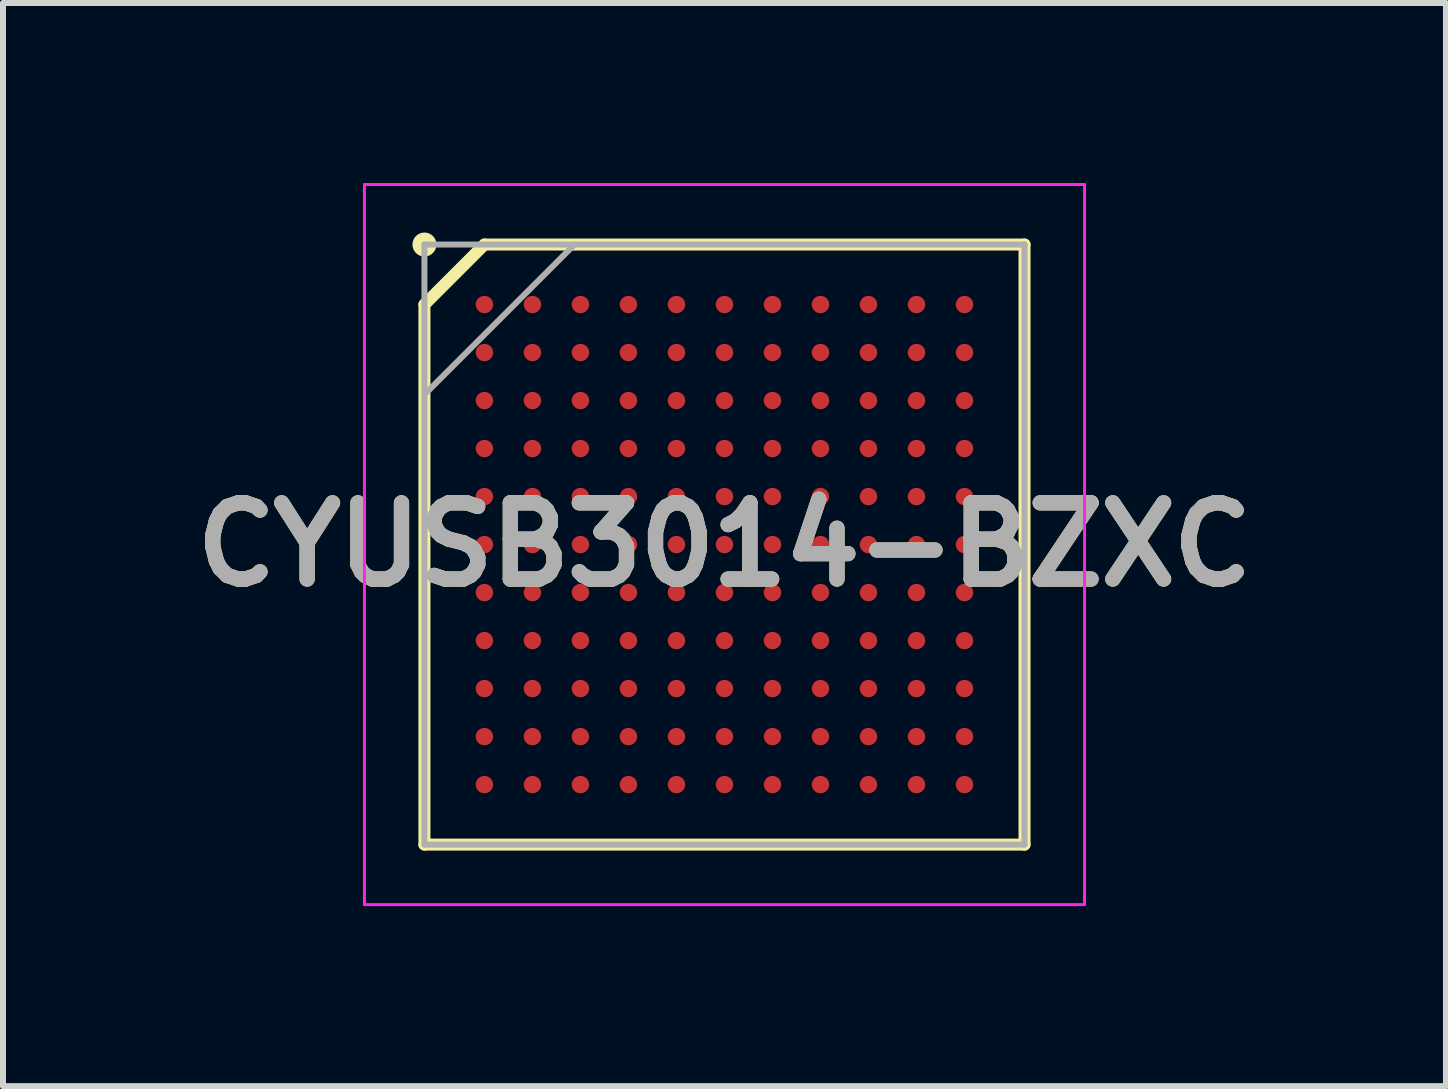
<source format=kicad_pcb>
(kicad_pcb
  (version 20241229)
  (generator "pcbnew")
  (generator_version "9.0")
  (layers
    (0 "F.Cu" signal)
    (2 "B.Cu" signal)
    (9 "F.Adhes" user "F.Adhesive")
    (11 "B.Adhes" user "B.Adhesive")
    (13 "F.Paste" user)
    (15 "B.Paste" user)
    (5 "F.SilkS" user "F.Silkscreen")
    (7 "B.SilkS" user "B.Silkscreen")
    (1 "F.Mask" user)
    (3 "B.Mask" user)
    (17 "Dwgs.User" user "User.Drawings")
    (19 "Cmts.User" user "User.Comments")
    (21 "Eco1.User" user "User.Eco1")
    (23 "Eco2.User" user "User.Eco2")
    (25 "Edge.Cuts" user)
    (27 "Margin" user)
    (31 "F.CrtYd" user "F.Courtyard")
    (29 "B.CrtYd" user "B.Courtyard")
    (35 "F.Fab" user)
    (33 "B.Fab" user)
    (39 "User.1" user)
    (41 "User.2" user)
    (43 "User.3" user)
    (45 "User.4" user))
  (footprint "CYUSB3014-BZXC"
    (layer "F.Cu")
    (at 9.023 6.025)
    (property "Reference" "CYUSB3014-BZXC" (at 0 0 0) (layer "F.SilkS") (effects (font (size 1.27 1.27) (thickness 0.254))))
    (attr smd)
    (fp_line (start -5 -4) (end -4 -5) (stroke (width 0.2) (type solid)) (layer "F.SilkS"))
    (fp_line (start -5 5) (end -5 -4) (stroke (width 0.2) (type solid)) (layer "F.SilkS"))
    (fp_line (start -4 -5) (end 5 -5) (stroke (width 0.2) (type solid)) (layer "F.SilkS"))
    (fp_line (start 5 -5) (end 5 5) (stroke (width 0.2) (type solid)) (layer "F.SilkS"))
    (fp_line (start 5 5) (end -5 5) (stroke (width 0.2) (type solid)) (layer "F.SilkS"))
    (fp_circle (center -5 -5) (end -5 -4.9) (stroke (width 0.2) (type solid)) (fill no) (layer "F.SilkS"))
    (fp_line (start -6 -6) (end 6 -6) (stroke (width 0.05) (type solid)) (layer "F.CrtYd"))
    (fp_line (start -6 6) (end -6 -6) (stroke (width 0.05) (type solid)) (layer "F.CrtYd"))
    (fp_line (start 6 -6) (end 6 6) (stroke (width 0.05) (type solid)) (layer "F.CrtYd"))
    (fp_line (start 6 6) (end -6 6) (stroke (width 0.05) (type solid)) (layer "F.CrtYd"))
    (fp_line (start -5 -5) (end 5 -5) (stroke (width 0.1) (type solid)) (layer "F.Fab"))
    (fp_line (start -5 -2.5) (end -2.5 -5) (stroke (width 0.1) (type solid)) (layer "F.Fab"))
    (fp_line (start -5 5) (end -5 -5) (stroke (width 0.1) (type solid)) (layer "F.Fab"))
    (fp_line (start 5 -5) (end 5 5) (stroke (width 0.1) (type solid)) (layer "F.Fab"))
    (fp_line (start 5 5) (end -5 5) (stroke (width 0.1) (type solid)) (layer "F.Fab"))
    (fp_text user "${REFERENCE}" (at 0 0 0) (layer "F.Fab") (effects (font (size 1.27 1.27) (thickness 0.254))))
    (pad "A1" smd circle (at -4 -4 90) (size 0.29 0.29) (layers "F.Cu" "F.Mask" "F.Paste"))
    (pad "A2" smd circle (at -3.2 -4 90) (size 0.29 0.29) (layers "F.Cu" "F.Mask" "F.Paste"))
    (pad "A3" smd circle (at -2.4 -4 90) (size 0.29 0.29) (layers "F.Cu" "F.Mask" "F.Paste"))
    (pad "A4" smd circle (at -1.6 -4 90) (size 0.29 0.29) (layers "F.Cu" "F.Mask" "F.Paste"))
    (pad "A5" smd circle (at -0.8 -4 90) (size 0.29 0.29) (layers "F.Cu" "F.Mask" "F.Paste"))
    (pad "A6" smd circle (at 0 -4 90) (size 0.29 0.29) (layers "F.Cu" "F.Mask" "F.Paste"))
    (pad "A7" smd circle (at 0.8 -4 90) (size 0.29 0.29) (layers "F.Cu" "F.Mask" "F.Paste"))
    (pad "A8" smd circle (at 1.6 -4 90) (size 0.29 0.29) (layers "F.Cu" "F.Mask" "F.Paste"))
    (pad "A9" smd circle (at 2.4 -4 90) (size 0.29 0.29) (layers "F.Cu" "F.Mask" "F.Paste"))
    (pad "A10" smd circle (at 3.2 -4 90) (size 0.29 0.29) (layers "F.Cu" "F.Mask" "F.Paste"))
    (pad "A11" smd circle (at 4 -4 90) (size 0.29 0.29) (layers "F.Cu" "F.Mask" "F.Paste"))
    (pad "B1" smd circle (at -4 -3.2 90) (size 0.29 0.29) (layers "F.Cu" "F.Mask" "F.Paste"))
    (pad "B2" smd circle (at -3.2 -3.2 90) (size 0.29 0.29) (layers "F.Cu" "F.Mask" "F.Paste"))
    (pad "B3" smd circle (at -2.4 -3.2 90) (size 0.29 0.29) (layers "F.Cu" "F.Mask" "F.Paste"))
    (pad "B4" smd circle (at -1.6 -3.2 90) (size 0.29 0.29) (layers "F.Cu" "F.Mask" "F.Paste"))
    (pad "B5" smd circle (at -0.8 -3.2 90) (size 0.29 0.29) (layers "F.Cu" "F.Mask" "F.Paste"))
    (pad "B6" smd circle (at 0 -3.2 90) (size 0.29 0.29) (layers "F.Cu" "F.Mask" "F.Paste"))
    (pad "B7" smd circle (at 0.8 -3.2 90) (size 0.29 0.29) (layers "F.Cu" "F.Mask" "F.Paste"))
    (pad "B8" smd circle (at 1.6 -3.2 90) (size 0.29 0.29) (layers "F.Cu" "F.Mask" "F.Paste"))
    (pad "B9" smd circle (at 2.4 -3.2 90) (size 0.29 0.29) (layers "F.Cu" "F.Mask" "F.Paste"))
    (pad "B10" smd circle (at 3.2 -3.2 90) (size 0.29 0.29) (layers "F.Cu" "F.Mask" "F.Paste"))
    (pad "B11" smd circle (at 4 -3.2 90) (size 0.29 0.29) (layers "F.Cu" "F.Mask" "F.Paste"))
    (pad "C1" smd circle (at -4 -2.4 90) (size 0.29 0.29) (layers "F.Cu" "F.Mask" "F.Paste"))
    (pad "C2" smd circle (at -3.2 -2.4 90) (size 0.29 0.29) (layers "F.Cu" "F.Mask" "F.Paste"))
    (pad "C3" smd circle (at -2.4 -2.4 90) (size 0.29 0.29) (layers "F.Cu" "F.Mask" "F.Paste"))
    (pad "C4" smd circle (at -1.6 -2.4 90) (size 0.29 0.29) (layers "F.Cu" "F.Mask" "F.Paste"))
    (pad "C5" smd circle (at -0.8 -2.4 90) (size 0.29 0.29) (layers "F.Cu" "F.Mask" "F.Paste"))
    (pad "C6" smd circle (at 0 -2.4 90) (size 0.29 0.29) (layers "F.Cu" "F.Mask" "F.Paste"))
    (pad "C7" smd circle (at 0.8 -2.4 90) (size 0.29 0.29) (layers "F.Cu" "F.Mask" "F.Paste"))
    (pad "C8" smd circle (at 1.6 -2.4 90) (size 0.29 0.29) (layers "F.Cu" "F.Mask" "F.Paste"))
    (pad "C9" smd circle (at 2.4 -2.4 90) (size 0.29 0.29) (layers "F.Cu" "F.Mask" "F.Paste"))
    (pad "C10" smd circle (at 3.2 -2.4 90) (size 0.29 0.29) (layers "F.Cu" "F.Mask" "F.Paste"))
    (pad "C11" smd circle (at 4 -2.4 90) (size 0.29 0.29) (layers "F.Cu" "F.Mask" "F.Paste"))
    (pad "D1" smd circle (at -4 -1.6 90) (size 0.29 0.29) (layers "F.Cu" "F.Mask" "F.Paste"))
    (pad "D2" smd circle (at -3.2 -1.6 90) (size 0.29 0.29) (layers "F.Cu" "F.Mask" "F.Paste"))
    (pad "D3" smd circle (at -2.4 -1.6 90) (size 0.29 0.29) (layers "F.Cu" "F.Mask" "F.Paste"))
    (pad "D4" smd circle (at -1.6 -1.6 90) (size 0.29 0.29) (layers "F.Cu" "F.Mask" "F.Paste"))
    (pad "D5" smd circle (at -0.8 -1.6 90) (size 0.29 0.29) (layers "F.Cu" "F.Mask" "F.Paste"))
    (pad "D6" smd circle (at 0 -1.6 90) (size 0.29 0.29) (layers "F.Cu" "F.Mask" "F.Paste"))
    (pad "D7" smd circle (at 0.8 -1.6 90) (size 0.29 0.29) (layers "F.Cu" "F.Mask" "F.Paste"))
    (pad "D8" smd circle (at 1.6 -1.6 90) (size 0.29 0.29) (layers "F.Cu" "F.Mask" "F.Paste"))
    (pad "D9" smd circle (at 2.4 -1.6 90) (size 0.29 0.29) (layers "F.Cu" "F.Mask" "F.Paste"))
    (pad "D10" smd circle (at 3.2 -1.6 90) (size 0.29 0.29) (layers "F.Cu" "F.Mask" "F.Paste"))
    (pad "D11" smd circle (at 4 -1.6 90) (size 0.29 0.29) (layers "F.Cu" "F.Mask" "F.Paste"))
    (pad "E1" smd circle (at -4 -0.8 90) (size 0.29 0.29) (layers "F.Cu" "F.Mask" "F.Paste"))
    (pad "E2" smd circle (at -3.2 -0.8 90) (size 0.29 0.29) (layers "F.Cu" "F.Mask" "F.Paste"))
    (pad "E3" smd circle (at -2.4 -0.8 90) (size 0.29 0.29) (layers "F.Cu" "F.Mask" "F.Paste"))
    (pad "E4" smd circle (at -1.6 -0.8 90) (size 0.29 0.29) (layers "F.Cu" "F.Mask" "F.Paste"))
    (pad "E5" smd circle (at -0.8 -0.8 90) (size 0.29 0.29) (layers "F.Cu" "F.Mask" "F.Paste"))
    (pad "E6" smd circle (at 0 -0.8 90) (size 0.29 0.29) (layers "F.Cu" "F.Mask" "F.Paste"))
    (pad "E7" smd circle (at 0.8 -0.8 90) (size 0.29 0.29) (layers "F.Cu" "F.Mask" "F.Paste"))
    (pad "E8" smd circle (at 1.6 -0.8 90) (size 0.29 0.29) (layers "F.Cu" "F.Mask" "F.Paste"))
    (pad "E9" smd circle (at 2.4 -0.8 90) (size 0.29 0.29) (layers "F.Cu" "F.Mask" "F.Paste"))
    (pad "E10" smd circle (at 3.2 -0.8 90) (size 0.29 0.29) (layers "F.Cu" "F.Mask" "F.Paste"))
    (pad "E11" smd circle (at 4 -0.8 90) (size 0.29 0.29) (layers "F.Cu" "F.Mask" "F.Paste"))
    (pad "F1" smd circle (at -4 0 90) (size 0.29 0.29) (layers "F.Cu" "F.Mask" "F.Paste"))
    (pad "F2" smd circle (at -3.2 0 90) (size 0.29 0.29) (layers "F.Cu" "F.Mask" "F.Paste"))
    (pad "F3" smd circle (at -2.4 0 90) (size 0.29 0.29) (layers "F.Cu" "F.Mask" "F.Paste"))
    (pad "F4" smd circle (at -1.6 0 90) (size 0.29 0.29) (layers "F.Cu" "F.Mask" "F.Paste"))
    (pad "F5" smd circle (at -0.8 0 90) (size 0.29 0.29) (layers "F.Cu" "F.Mask" "F.Paste"))
    (pad "F6" smd circle (at 0 0 90) (size 0.29 0.29) (layers "F.Cu" "F.Mask" "F.Paste"))
    (pad "F7" smd circle (at 0.8 0 90) (size 0.29 0.29) (layers "F.Cu" "F.Mask" "F.Paste"))
    (pad "F8" smd circle (at 1.6 0 90) (size 0.29 0.29) (layers "F.Cu" "F.Mask" "F.Paste"))
    (pad "F9" smd circle (at 2.4 0 90) (size 0.29 0.29) (layers "F.Cu" "F.Mask" "F.Paste"))
    (pad "F10" smd circle (at 3.2 0 90) (size 0.29 0.29) (layers "F.Cu" "F.Mask" "F.Paste"))
    (pad "F11" smd circle (at 4 0 90) (size 0.29 0.29) (layers "F.Cu" "F.Mask" "F.Paste"))
    (pad "G1" smd circle (at -4 0.8 90) (size 0.29 0.29) (layers "F.Cu" "F.Mask" "F.Paste"))
    (pad "G2" smd circle (at -3.2 0.8 90) (size 0.29 0.29) (layers "F.Cu" "F.Mask" "F.Paste"))
    (pad "G3" smd circle (at -2.4 0.8 90) (size 0.29 0.29) (layers "F.Cu" "F.Mask" "F.Paste"))
    (pad "G4" smd circle (at -1.6 0.8 90) (size 0.29 0.29) (layers "F.Cu" "F.Mask" "F.Paste"))
    (pad "G5" smd circle (at -0.8 0.8 90) (size 0.29 0.29) (layers "F.Cu" "F.Mask" "F.Paste"))
    (pad "G6" smd circle (at 0 0.8 90) (size 0.29 0.29) (layers "F.Cu" "F.Mask" "F.Paste"))
    (pad "G7" smd circle (at 0.8 0.8 90) (size 0.29 0.29) (layers "F.Cu" "F.Mask" "F.Paste"))
    (pad "G8" smd circle (at 1.6 0.8 90) (size 0.29 0.29) (layers "F.Cu" "F.Mask" "F.Paste"))
    (pad "G9" smd circle (at 2.4 0.8 90) (size 0.29 0.29) (layers "F.Cu" "F.Mask" "F.Paste"))
    (pad "G10" smd circle (at 3.2 0.8 90) (size 0.29 0.29) (layers "F.Cu" "F.Mask" "F.Paste"))
    (pad "G11" smd circle (at 4 0.8 90) (size 0.29 0.29) (layers "F.Cu" "F.Mask" "F.Paste"))
    (pad "H1" smd circle (at -4 1.6 90) (size 0.29 0.29) (layers "F.Cu" "F.Mask" "F.Paste"))
    (pad "H2" smd circle (at -3.2 1.6 90) (size 0.29 0.29) (layers "F.Cu" "F.Mask" "F.Paste"))
    (pad "H3" smd circle (at -2.4 1.6 90) (size 0.29 0.29) (layers "F.Cu" "F.Mask" "F.Paste"))
    (pad "H4" smd circle (at -1.6 1.6 90) (size 0.29 0.29) (layers "F.Cu" "F.Mask" "F.Paste"))
    (pad "H5" smd circle (at -0.8 1.6 90) (size 0.29 0.29) (layers "F.Cu" "F.Mask" "F.Paste"))
    (pad "H6" smd circle (at 0 1.6 90) (size 0.29 0.29) (layers "F.Cu" "F.Mask" "F.Paste"))
    (pad "H7" smd circle (at 0.8 1.6 90) (size 0.29 0.29) (layers "F.Cu" "F.Mask" "F.Paste"))
    (pad "H8" smd circle (at 1.6 1.6 90) (size 0.29 0.29) (layers "F.Cu" "F.Mask" "F.Paste"))
    (pad "H9" smd circle (at 2.4 1.6 90) (size 0.29 0.29) (layers "F.Cu" "F.Mask" "F.Paste"))
    (pad "H10" smd circle (at 3.2 1.6 90) (size 0.29 0.29) (layers "F.Cu" "F.Mask" "F.Paste"))
    (pad "H11" smd circle (at 4 1.6 90) (size 0.29 0.29) (layers "F.Cu" "F.Mask" "F.Paste"))
    (pad "J1" smd circle (at -4 2.4 90) (size 0.29 0.29) (layers "F.Cu" "F.Mask" "F.Paste"))
    (pad "J2" smd circle (at -3.2 2.4 90) (size 0.29 0.29) (layers "F.Cu" "F.Mask" "F.Paste"))
    (pad "J3" smd circle (at -2.4 2.4 90) (size 0.29 0.29) (layers "F.Cu" "F.Mask" "F.Paste"))
    (pad "J4" smd circle (at -1.6 2.4 90) (size 0.29 0.29) (layers "F.Cu" "F.Mask" "F.Paste"))
    (pad "J5" smd circle (at -0.8 2.4 90) (size 0.29 0.29) (layers "F.Cu" "F.Mask" "F.Paste"))
    (pad "J6" smd circle (at 0 2.4 90) (size 0.29 0.29) (layers "F.Cu" "F.Mask" "F.Paste"))
    (pad "J7" smd circle (at 0.8 2.4 90) (size 0.29 0.29) (layers "F.Cu" "F.Mask" "F.Paste"))
    (pad "J8" smd circle (at 1.6 2.4 90) (size 0.29 0.29) (layers "F.Cu" "F.Mask" "F.Paste"))
    (pad "J9" smd circle (at 2.4 2.4 90) (size 0.29 0.29) (layers "F.Cu" "F.Mask" "F.Paste"))
    (pad "J10" smd circle (at 3.2 2.4 90) (size 0.29 0.29) (layers "F.Cu" "F.Mask" "F.Paste"))
    (pad "J11" smd circle (at 4 2.4 90) (size 0.29 0.29) (layers "F.Cu" "F.Mask" "F.Paste"))
    (pad "K1" smd circle (at -4 3.2 90) (size 0.29 0.29) (layers "F.Cu" "F.Mask" "F.Paste"))
    (pad "K2" smd circle (at -3.2 3.2 90) (size 0.29 0.29) (layers "F.Cu" "F.Mask" "F.Paste"))
    (pad "K3" smd circle (at -2.4 3.2 90) (size 0.29 0.29) (layers "F.Cu" "F.Mask" "F.Paste"))
    (pad "K4" smd circle (at -1.6 3.2 90) (size 0.29 0.29) (layers "F.Cu" "F.Mask" "F.Paste"))
    (pad "K5" smd circle (at -0.8 3.2 90) (size 0.29 0.29) (layers "F.Cu" "F.Mask" "F.Paste"))
    (pad "K6" smd circle (at 0 3.2 90) (size 0.29 0.29) (layers "F.Cu" "F.Mask" "F.Paste"))
    (pad "K7" smd circle (at 0.8 3.2 90) (size 0.29 0.29) (layers "F.Cu" "F.Mask" "F.Paste"))
    (pad "K8" smd circle (at 1.6 3.2 90) (size 0.29 0.29) (layers "F.Cu" "F.Mask" "F.Paste"))
    (pad "K9" smd circle (at 2.4 3.2 90) (size 0.29 0.29) (layers "F.Cu" "F.Mask" "F.Paste"))
    (pad "K10" smd circle (at 3.2 3.2 90) (size 0.29 0.29) (layers "F.Cu" "F.Mask" "F.Paste"))
    (pad "K11" smd circle (at 4 3.2 90) (size 0.29 0.29) (layers "F.Cu" "F.Mask" "F.Paste"))
    (pad "L1" smd circle (at -4 4 90) (size 0.29 0.29) (layers "F.Cu" "F.Mask" "F.Paste"))
    (pad "L2" smd circle (at -3.2 4 90) (size 0.29 0.29) (layers "F.Cu" "F.Mask" "F.Paste"))
    (pad "L3" smd circle (at -2.4 4 90) (size 0.29 0.29) (layers "F.Cu" "F.Mask" "F.Paste"))
    (pad "L4" smd circle (at -1.6 4 90) (size 0.29 0.29) (layers "F.Cu" "F.Mask" "F.Paste"))
    (pad "L5" smd circle (at -0.8 4 90) (size 0.29 0.29) (layers "F.Cu" "F.Mask" "F.Paste"))
    (pad "L6" smd circle (at 0 4 90) (size 0.29 0.29) (layers "F.Cu" "F.Mask" "F.Paste"))
    (pad "L7" smd circle (at 0.8 4 90) (size 0.29 0.29) (layers "F.Cu" "F.Mask" "F.Paste"))
    (pad "L8" smd circle (at 1.6 4 90) (size 0.29 0.29) (layers "F.Cu" "F.Mask" "F.Paste"))
    (pad "L9" smd circle (at 2.4 4 90) (size 0.29 0.29) (layers "F.Cu" "F.Mask" "F.Paste"))
    (pad "L10" smd circle (at 3.2 4 90) (size 0.29 0.29) (layers "F.Cu" "F.Mask" "F.Paste"))
    (pad "L11" smd circle (at 4 4 90) (size 0.29 0.29) (layers "F.Cu" "F.Mask" "F.Paste")))
  (gr_rect
    (start -3 -3)
    (end 21.046 15.05)
    (stroke (width 0.1) (type default))
    (fill no)
    (layer "Edge.Cuts")))
</source>
